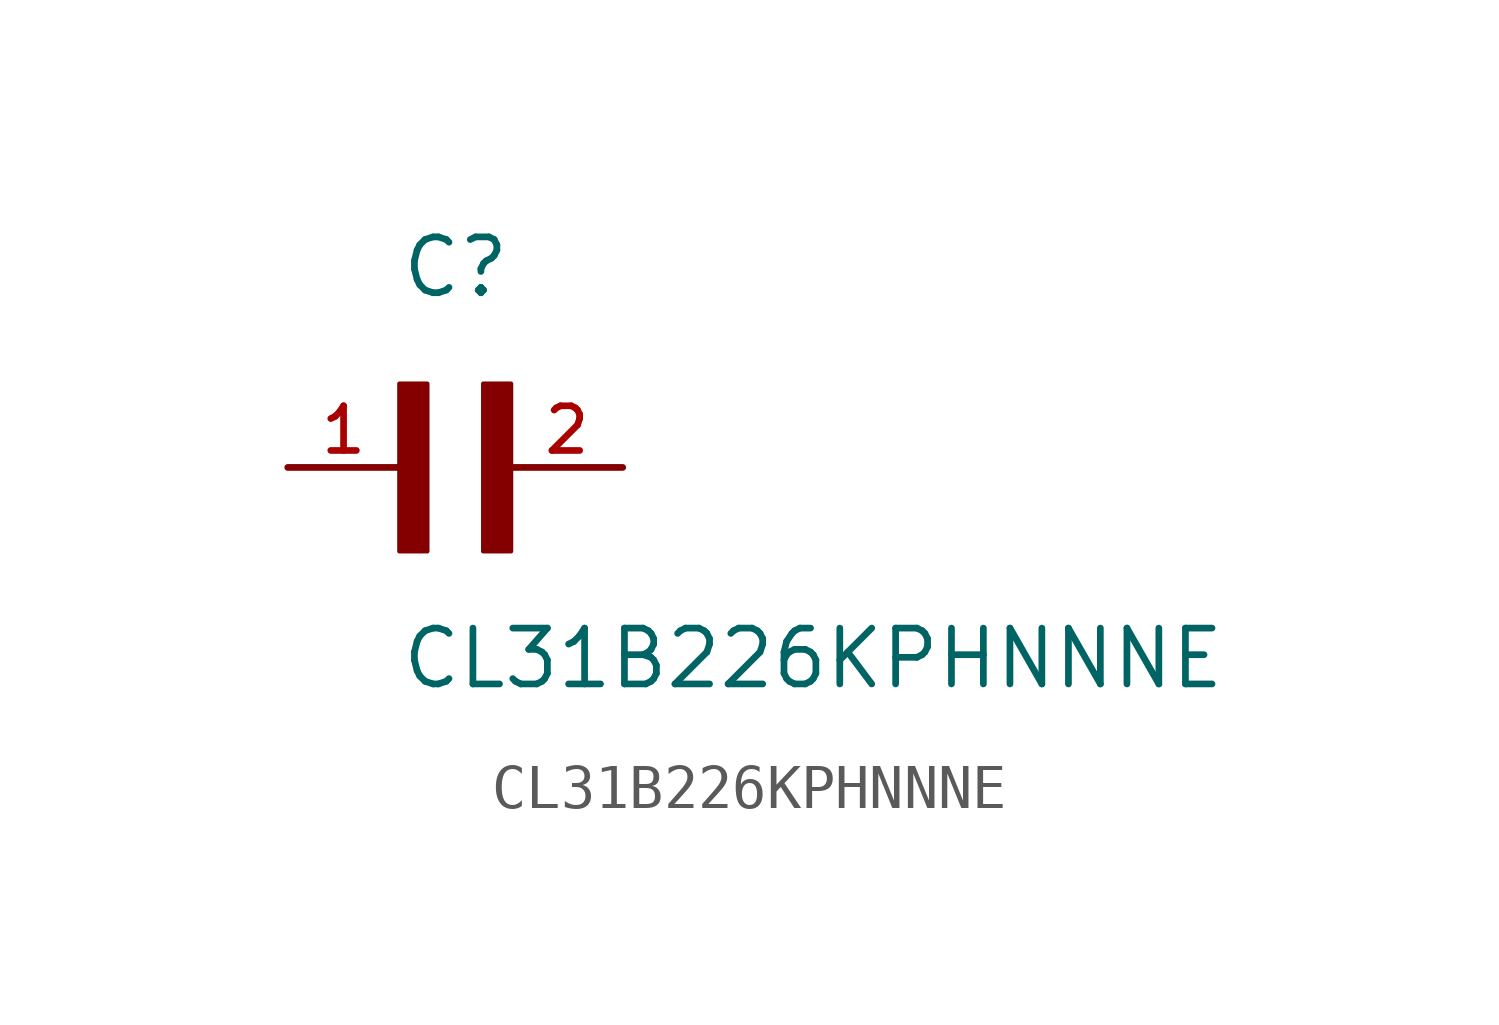
<source format=kicad_sym>
(kicad_symbol_lib
  (version 20211014)
  (generator kicad_symbol_editor)
  (symbol "CL31B226KPHNNNE"
    (pin_names
      (offset 1.016))
    (property "Reference" "C"
      (at 0.0 3.811 0)
      (effects (font (size 1.27 1.27)) (justify bottom left)))
    (property "Value" "CL31B226KPHNNNE"
      (at 0.0 -5.088 0)
      (effects (font (size 1.27 1.27)) (justify bottom left)))
    (symbol "CL31B226KPHNNNE_0_0"
      (rectangle (start 0.0 -1.907) (end 0.635 1.905) (stroke (width 0.1)) (fill (type outline)))
      (rectangle (start 1.907 -1.907) (end 2.54 1.905) (stroke (width 0.1)) (fill (type outline)))
      (pin passive line (at -2.54 0.0 0) (length 2.54) (name "~" (effects (font (size 1.016 1.016)))) (number "1" (effects (font (size 1.016 1.016)))))
      (pin passive line (at 5.08 0.0 180.0) (length 2.54) (name "~" (effects (font (size 1.016 1.016)))) (number "2" (effects (font (size 1.016 1.016))))))))
</source>
